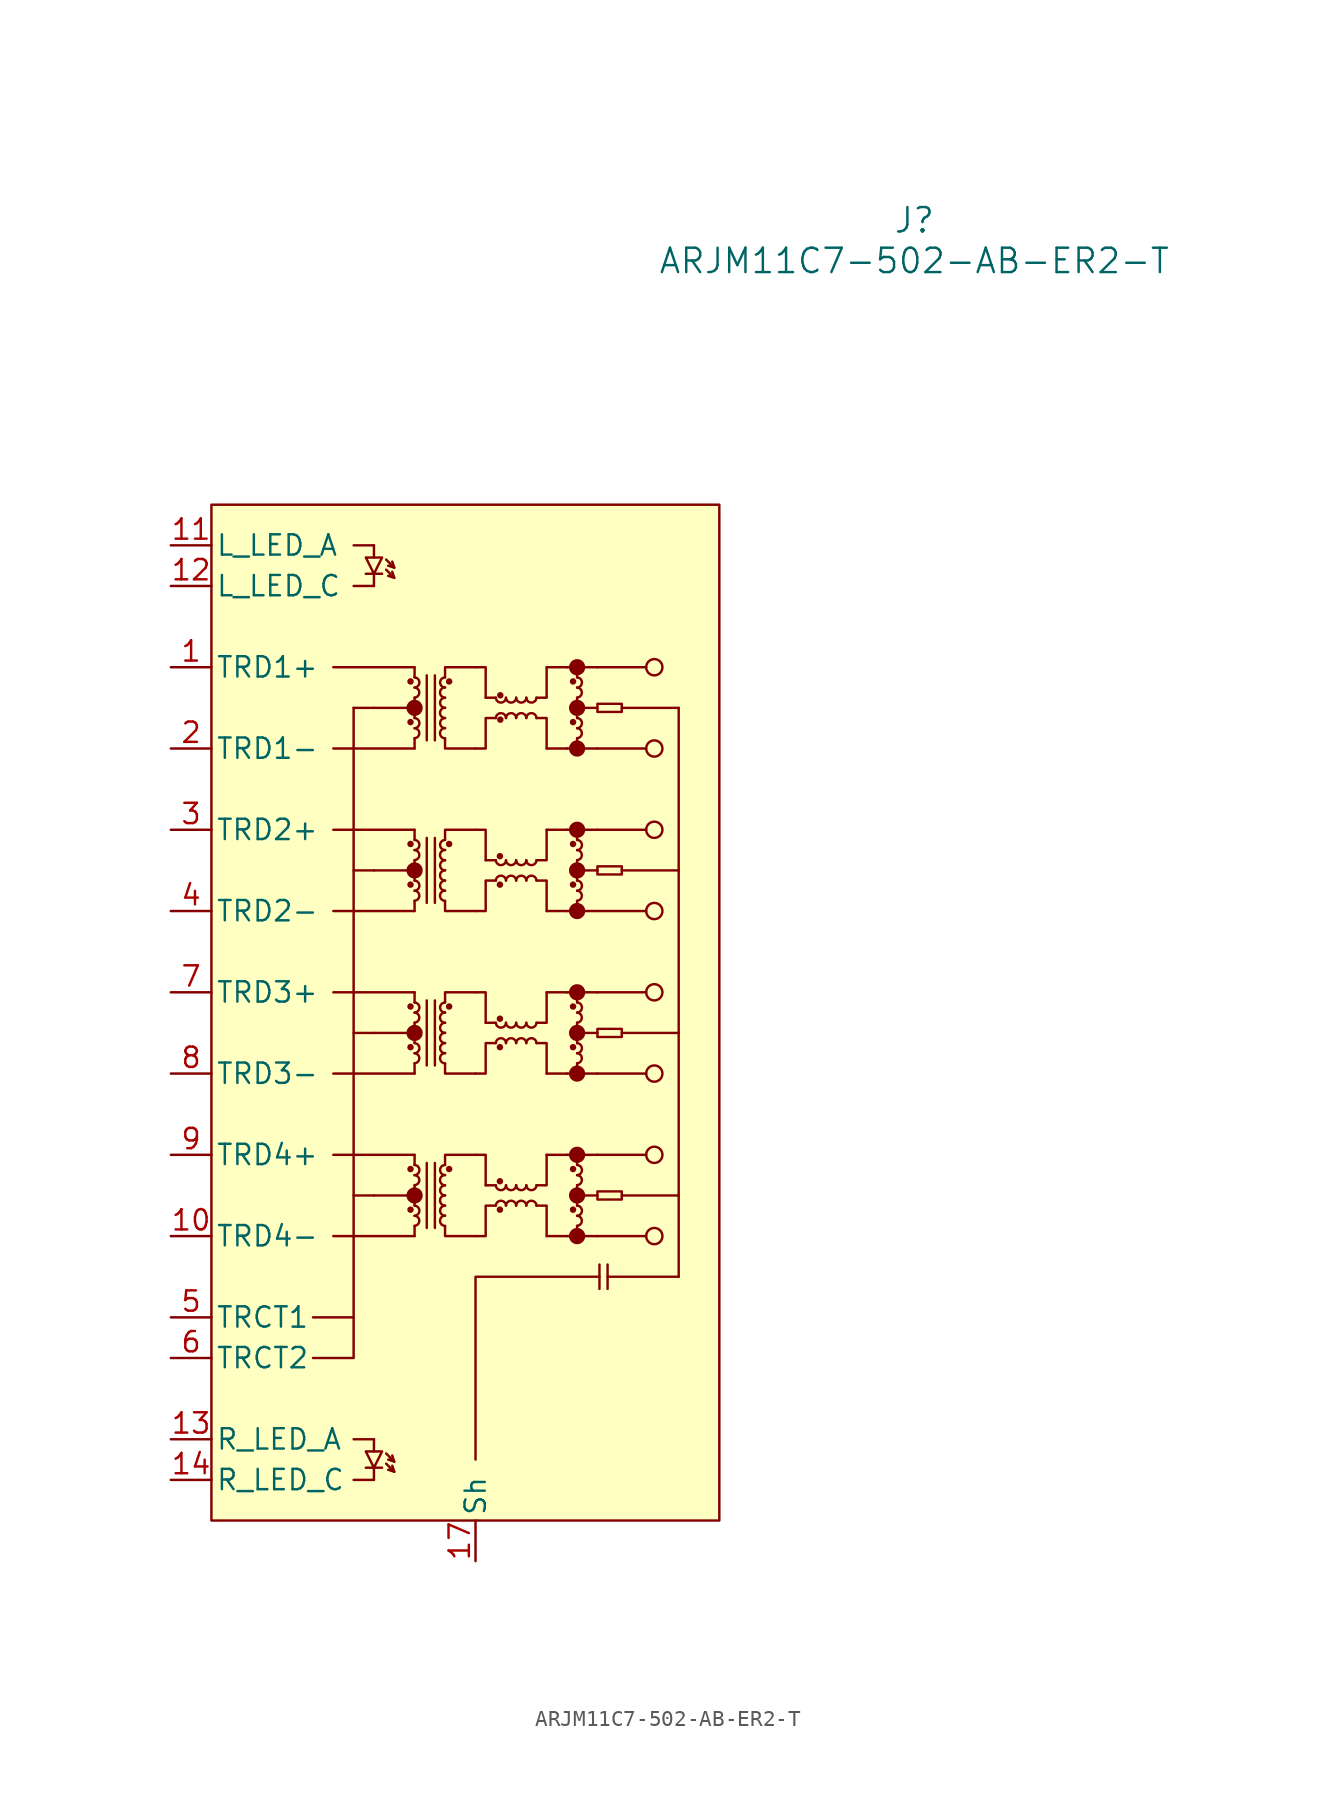
<source format=kicad_sym>
(kicad_symbol_lib
  (version 20241209)
  (generator "kicad_symbol_editor")
  (generator_version "9.0")
  (symbol "ARJM11C7-502-AB-ER2-T"
    (pin_names
      (offset 0.254))
    (property "Reference" "J"
      (at 27.432 27.94 0)
      (effects (font (size 1.524 1.524))))
    (property "Value" "ARJM11C7-502-AB-ER2-T"
      (at 27.432 25.4 0)
      (effects (font (size 1.524 1.524))))
    (property "ki_locked" ""
      (at 0 0 0)
      (effects (font (size 1.27 1.27))))
    (symbol "ARJM11C7-502-AB-ER2-T_0_0"
      (circle (center -3.81 -2.54) (radius 0.0001) (stroke (width 0.508) (type default)) (fill (type none)))
      (circle (center -3.81 -12.7) (radius 0.0001) (stroke (width 0.508) (type default)) (fill (type none)))
      (circle (center -3.81 -22.86) (radius 0.0001) (stroke (width 0.508) (type default)) (fill (type none)))
      (circle (center -3.81 -33.02) (radius 0.0001) (stroke (width 0.508) (type default)) (fill (type none)))
      (circle (center 6.35 0) (radius 0.0001) (stroke (width 0.508) (type default)) (fill (type none)))
      (circle (center 6.35 -2.54) (radius 0.0001) (stroke (width 0.508) (type default)) (fill (type none)))
      (circle (center 6.35 -5.08) (radius 0.0001) (stroke (width 0.508) (type default)) (fill (type none)))
      (circle (center 6.35 -10.16) (radius 0.0001) (stroke (width 0.508) (type default)) (fill (type none)))
      (circle (center 6.35 -12.7) (radius 0.0001) (stroke (width 0.508) (type default)) (fill (type none)))
      (circle (center 6.35 -15.24) (radius 0.0001) (stroke (width 0.508) (type default)) (fill (type none)))
      (circle (center 6.35 -20.32) (radius 0.0001) (stroke (width 0.508) (type default)) (fill (type none)))
      (circle (center 6.35 -22.86) (radius 0.0001) (stroke (width 0.508) (type default)) (fill (type none)))
      (circle (center 6.35 -25.4) (radius 0.0001) (stroke (width 0.508) (type default)) (fill (type none)))
      (circle (center 6.35 -30.48) (radius 0.0001) (stroke (width 0.508) (type default)) (fill (type none)))
      (circle (center 6.35 -33.02) (radius 0.0001) (stroke (width 0.508) (type default)) (fill (type none)))
      (circle (center 6.35 -35.56) (radius 0.0001) (stroke (width 0.508) (type default)) (fill (type none))))
    (symbol "ARJM11C7-502-AB-ER2-T_0_1"
      (polyline (pts (xy -8.89 0) (xy -3.81 0)) (stroke (width 0) (type default)) (fill (type none)))
      (polyline (pts (xy -8.89 -5.08) (xy -3.81 -5.08)) (stroke (width 0) (type default)) (fill (type none)))
      (polyline (pts (xy -8.89 -10.16) (xy -3.81 -10.16)) (stroke (width 0) (type default)) (fill (type none)))
      (polyline (pts (xy -8.89 -15.24) (xy -3.81 -15.24)) (stroke (width 0) (type default)) (fill (type none)))
      (polyline (pts (xy -8.89 -20.32) (xy -3.81 -20.32)) (stroke (width 0) (type default)) (fill (type none)))
      (polyline (pts (xy -8.89 -25.4) (xy -3.81 -25.4)) (stroke (width 0) (type default)) (fill (type none)))
      (polyline (pts (xy -8.89 -30.48) (xy -3.81 -30.48)) (stroke (width 0) (type default)) (fill (type none)))
      (polyline (pts (xy -8.89 -35.56) (xy -3.81 -35.56)) (stroke (width 0) (type default)) (fill (type none)))
      (polyline (pts (xy -7.62 -2.54) (xy -6.35 -2.54)) (stroke (width 0) (type default)) (fill (type none)))
      (polyline (pts (xy -7.62 -12.7) (xy -6.35 -12.7)) (stroke (width 0) (type default)) (fill (type none)))
      (polyline (pts (xy -7.62 -22.86) (xy -6.35 -22.86)) (stroke (width 0) (type default)) (fill (type none)))
      (polyline (pts (xy -7.62 -33.02) (xy -6.35 -33.02)) (stroke (width 0) (type default)) (fill (type none)))
      (polyline (pts (xy -6.35 -2.54) (xy -3.81 -2.54)) (stroke (width 0) (type default)) (fill (type none)))
      (polyline (pts (xy -6.35 -12.7) (xy -3.81 -12.7)) (stroke (width 0) (type default)) (fill (type none)))
      (polyline (pts (xy -6.35 -22.86) (xy -3.81 -22.86)) (stroke (width 0) (type default)) (fill (type none)))
      (polyline (pts (xy -6.35 -33.02) (xy -3.81 -33.02)) (stroke (width 0) (type default)) (fill (type none)))
      (circle (center -4.064 -0.889) (radius 0.127) (stroke (width 0) (type default)) (fill (type outline)))
      (circle (center -4.064 -3.429) (radius 0.127) (stroke (width 0) (type default)) (fill (type outline)))
      (circle (center -4.064 -11.049) (radius 0.127) (stroke (width 0) (type default)) (fill (type outline)))
      (circle (center -4.064 -13.589) (radius 0.127) (stroke (width 0) (type default)) (fill (type outline)))
      (circle (center -4.064 -21.209) (radius 0.127) (stroke (width 0) (type default)) (fill (type outline)))
      (circle (center -4.064 -23.749) (radius 0.127) (stroke (width 0) (type default)) (fill (type outline)))
      (circle (center -4.064 -31.369) (radius 0.127) (stroke (width 0) (type default)) (fill (type outline)))
      (circle (center -4.064 -33.909) (radius 0.127) (stroke (width 0) (type default)) (fill (type outline)))
      (arc (start -3.81 -0.635) (mid -3.5049 -0.9525) (end -3.81 -1.27) (stroke (width 0) (type default)) (fill (type none)))
      (arc (start -3.81 -1.27) (mid -3.5049 -1.5875) (end -3.81 -1.905) (stroke (width 0) (type default)) (fill (type none)))
      (arc (start -3.81 -3.175) (mid -3.5049 -3.4925) (end -3.81 -3.81) (stroke (width 0) (type default)) (fill (type none)))
      (arc (start -3.81 -3.81) (mid -3.5049 -4.1275) (end -3.81 -4.445) (stroke (width 0) (type default)) (fill (type none)))
      (arc (start -3.81 -10.795) (mid -3.5049 -11.1125) (end -3.81 -11.43) (stroke (width 0) (type default)) (fill (type none)))
      (arc (start -3.81 -11.43) (mid -3.5049 -11.7475) (end -3.81 -12.065) (stroke (width 0) (type default)) (fill (type none)))
      (arc (start -3.81 -13.335) (mid -3.5049 -13.6525) (end -3.81 -13.97) (stroke (width 0) (type default)) (fill (type none)))
      (arc (start -3.81 -13.97) (mid -3.5049 -14.2875) (end -3.81 -14.605) (stroke (width 0) (type default)) (fill (type none)))
      (arc (start -3.81 -20.955) (mid -3.5049 -21.2725) (end -3.81 -21.59) (stroke (width 0) (type default)) (fill (type none)))
      (arc (start -3.81 -21.59) (mid -3.5049 -21.9075) (end -3.81 -22.225) (stroke (width 0) (type default)) (fill (type none)))
      (arc (start -3.81 -23.495) (mid -3.5049 -23.8125) (end -3.81 -24.13) (stroke (width 0) (type default)) (fill (type none)))
      (arc (start -3.81 -24.13) (mid -3.5049 -24.4475) (end -3.81 -24.765) (stroke (width 0) (type default)) (fill (type none)))
      (arc (start -3.81 -31.115) (mid -3.5049 -31.4325) (end -3.81 -31.75) (stroke (width 0) (type default)) (fill (type none)))
      (arc (start -3.81 -31.75) (mid -3.5049 -32.0675) (end -3.81 -32.385) (stroke (width 0) (type default)) (fill (type none)))
      (arc (start -3.81 -33.655) (mid -3.5049 -33.9725) (end -3.81 -34.29) (stroke (width 0) (type default)) (fill (type none)))
      (arc (start -3.81 -34.29) (mid -3.5049 -34.6075) (end -3.81 -34.925) (stroke (width 0) (type default)) (fill (type none)))
      (polyline (pts (xy -3.81 0) (xy -3.81 -0.635)) (stroke (width 0) (type default)) (fill (type none)))
      (polyline (pts (xy -3.81 -2.54) (xy -3.81 -1.905)) (stroke (width 0) (type default)) (fill (type none)))
      (polyline (pts (xy -3.81 -2.54) (xy -3.81 -3.175)) (stroke (width 0) (type default)) (fill (type none)))
      (polyline (pts (xy -3.81 -5.08) (xy -3.81 -4.445)) (stroke (width 0) (type default)) (fill (type none)))
      (polyline (pts (xy -3.81 -10.16) (xy -3.81 -10.795)) (stroke (width 0) (type default)) (fill (type none)))
      (polyline (pts (xy -3.81 -12.7) (xy -3.81 -12.065)) (stroke (width 0) (type default)) (fill (type none)))
      (polyline (pts (xy -3.81 -12.7) (xy -3.81 -13.335)) (stroke (width 0) (type default)) (fill (type none)))
      (polyline (pts (xy -3.81 -15.24) (xy -3.81 -14.605)) (stroke (width 0) (type default)) (fill (type none)))
      (polyline (pts (xy -3.81 -20.32) (xy -3.81 -20.955)) (stroke (width 0) (type default)) (fill (type none)))
      (polyline (pts (xy -3.81 -22.86) (xy -3.81 -22.225)) (stroke (width 0) (type default)) (fill (type none)))
      (polyline (pts (xy -3.81 -22.86) (xy -3.81 -23.495)) (stroke (width 0) (type default)) (fill (type none)))
      (polyline (pts (xy -3.81 -25.4) (xy -3.81 -24.765)) (stroke (width 0) (type default)) (fill (type none)))
      (polyline (pts (xy -3.81 -30.48) (xy -3.81 -31.115)) (stroke (width 0) (type default)) (fill (type none)))
      (polyline (pts (xy -3.81 -33.02) (xy -3.81 -32.385)) (stroke (width 0) (type default)) (fill (type none)))
      (polyline (pts (xy -3.81 -33.02) (xy -3.81 -33.655)) (stroke (width 0) (type default)) (fill (type none)))
      (polyline (pts (xy -3.81 -35.56) (xy -3.81 -34.925)) (stroke (width 0) (type default)) (fill (type none)))
      (polyline (pts (xy -3.048 -4.572) (xy -3.048 -0.508)) (stroke (width 0) (type default)) (fill (type none)))
      (polyline (pts (xy -3.048 -14.732) (xy -3.048 -10.668)) (stroke (width 0) (type default)) (fill (type none)))
      (polyline (pts (xy -3.048 -24.892) (xy -3.048 -20.828)) (stroke (width 0) (type default)) (fill (type none)))
      (polyline (pts (xy -3.048 -35.052) (xy -3.048 -30.988)) (stroke (width 0) (type default)) (fill (type none)))
      (polyline (pts (xy -2.54 -4.572) (xy -2.54 -0.508)) (stroke (width 0) (type default)) (fill (type none)))
      (polyline (pts (xy -2.54 -14.732) (xy -2.54 -10.668)) (stroke (width 0) (type default)) (fill (type none)))
      (polyline (pts (xy -2.54 -24.892) (xy -2.54 -20.828)) (stroke (width 0) (type default)) (fill (type none)))
      (polyline (pts (xy -2.54 -35.052) (xy -2.54 -30.988)) (stroke (width 0) (type default)) (fill (type none)))
      (polyline (pts (xy -1.905 -0.635) (xy -1.905 0) (xy 0 0)) (stroke (width 0) (type default)) (fill (type none)))
      (polyline (pts (xy -1.905 -4.445) (xy -1.905 -5.08) (xy 0 -5.08)) (stroke (width 0) (type default)) (fill (type none)))
      (polyline (pts (xy -1.905 -10.795) (xy -1.905 -10.16) (xy 0 -10.16)) (stroke (width 0) (type default)) (fill (type none)))
      (polyline (pts (xy -1.905 -14.605) (xy -1.905 -15.24) (xy 0 -15.24)) (stroke (width 0) (type default)) (fill (type none)))
      (polyline (pts (xy -1.905 -20.955) (xy -1.905 -20.32) (xy 0 -20.32)) (stroke (width 0) (type default)) (fill (type none)))
      (polyline (pts (xy -1.905 -24.765) (xy -1.905 -25.4) (xy 0 -25.4)) (stroke (width 0) (type default)) (fill (type none)))
      (polyline (pts (xy -1.905 -31.115) (xy -1.905 -30.48) (xy 0 -30.48)) (stroke (width 0) (type default)) (fill (type none)))
      (polyline (pts (xy -1.905 -34.925) (xy -1.905 -35.56) (xy 0 -35.56)) (stroke (width 0) (type default)) (fill (type none)))
      (arc (start -1.905 -1.27) (mid -2.2101 -0.9525) (end -1.905 -0.635) (stroke (width 0) (type default)) (fill (type none)))
      (arc (start -1.905 -1.905) (mid -2.2101 -1.5875) (end -1.905 -1.27) (stroke (width 0) (type default)) (fill (type none)))
      (arc (start -1.905 -2.54) (mid -2.2101 -2.2225) (end -1.905 -1.905) (stroke (width 0) (type default)) (fill (type none)))
      (arc (start -1.905 -3.175) (mid -2.2101 -2.8575) (end -1.905 -2.54) (stroke (width 0) (type default)) (fill (type none)))
      (arc (start -1.905 -3.81) (mid -2.2101 -3.4925) (end -1.905 -3.175) (stroke (width 0) (type default)) (fill (type none)))
      (arc (start -1.905 -4.445) (mid -2.2101 -4.1275) (end -1.905 -3.81) (stroke (width 0) (type default)) (fill (type none)))
      (arc (start -1.905 -11.43) (mid -2.2101 -11.1125) (end -1.905 -10.795) (stroke (width 0) (type default)) (fill (type none)))
      (arc (start -1.905 -12.065) (mid -2.2101 -11.7475) (end -1.905 -11.43) (stroke (width 0) (type default)) (fill (type none)))
      (arc (start -1.905 -12.7) (mid -2.2101 -12.3825) (end -1.905 -12.065) (stroke (width 0) (type default)) (fill (type none)))
      (arc (start -1.905 -13.335) (mid -2.2101 -13.0175) (end -1.905 -12.7) (stroke (width 0) (type default)) (fill (type none)))
      (arc (start -1.905 -13.97) (mid -2.2101 -13.6525) (end -1.905 -13.335) (stroke (width 0) (type default)) (fill (type none)))
      (arc (start -1.905 -14.605) (mid -2.2101 -14.2875) (end -1.905 -13.97) (stroke (width 0) (type default)) (fill (type none)))
      (arc (start -1.905 -21.59) (mid -2.2101 -21.2725) (end -1.905 -20.955) (stroke (width 0) (type default)) (fill (type none)))
      (arc (start -1.905 -22.225) (mid -2.2101 -21.9075) (end -1.905 -21.59) (stroke (width 0) (type default)) (fill (type none)))
      (arc (start -1.905 -22.86) (mid -2.2101 -22.5425) (end -1.905 -22.225) (stroke (width 0) (type default)) (fill (type none)))
      (arc (start -1.905 -23.495) (mid -2.2101 -23.1775) (end -1.905 -22.86) (stroke (width 0) (type default)) (fill (type none)))
      (arc (start -1.905 -24.13) (mid -2.2101 -23.8125) (end -1.905 -23.495) (stroke (width 0) (type default)) (fill (type none)))
      (arc (start -1.905 -24.765) (mid -2.2101 -24.4475) (end -1.905 -24.13) (stroke (width 0) (type default)) (fill (type none)))
      (arc (start -1.905 -31.75) (mid -2.2101 -31.4325) (end -1.905 -31.115) (stroke (width 0) (type default)) (fill (type none)))
      (arc (start -1.905 -32.385) (mid -2.2101 -32.0675) (end -1.905 -31.75) (stroke (width 0) (type default)) (fill (type none)))
      (arc (start -1.905 -33.02) (mid -2.2101 -32.7025) (end -1.905 -32.385) (stroke (width 0) (type default)) (fill (type none)))
      (arc (start -1.905 -33.655) (mid -2.2101 -33.3375) (end -1.905 -33.02) (stroke (width 0) (type default)) (fill (type none)))
      (arc (start -1.905 -34.29) (mid -2.2101 -33.9725) (end -1.905 -33.655) (stroke (width 0) (type default)) (fill (type none)))
      (arc (start -1.905 -34.925) (mid -2.2101 -34.6075) (end -1.905 -34.29) (stroke (width 0) (type default)) (fill (type none)))
      (circle (center -1.651 -0.889) (radius 0.127) (stroke (width 0) (type default)) (fill (type outline)))
      (circle (center -1.651 -11.049) (radius 0.127) (stroke (width 0) (type default)) (fill (type outline)))
      (circle (center -1.651 -21.209) (radius 0.127) (stroke (width 0) (type default)) (fill (type outline)))
      (circle (center -1.651 -31.369) (radius 0.127) (stroke (width 0) (type default)) (fill (type outline)))
      (polyline (pts (xy 0 0) (xy 0.635 0) (xy 0.635 -1.905)) (stroke (width 0) (type default)) (fill (type none)))
      (polyline (pts (xy 0 -5.08) (xy 0.635 -5.08) (xy 0.635 -3.175) (xy 1.27 -3.175)) (stroke (width 0) (type default)) (fill (type none)))
      (polyline (pts (xy 0 -10.16) (xy 0.635 -10.16) (xy 0.635 -12.065)) (stroke (width 0) (type default)) (fill (type none)))
      (polyline (pts (xy 0 -15.24) (xy 0.635 -15.24) (xy 0.635 -13.335) (xy 1.27 -13.335)) (stroke (width 0) (type default)) (fill (type none)))
      (polyline (pts (xy 0 -20.32) (xy 0.635 -20.32) (xy 0.635 -22.225)) (stroke (width 0) (type default)) (fill (type none)))
      (polyline (pts (xy 0 -25.4) (xy 0.635 -25.4) (xy 0.635 -23.495) (xy 1.27 -23.495)) (stroke (width 0) (type default)) (fill (type none)))
      (polyline (pts (xy 0 -30.48) (xy 0.635 -30.48) (xy 0.635 -32.385)) (stroke (width 0) (type default)) (fill (type none)))
      (polyline (pts (xy 0 -35.56) (xy 0.635 -35.56) (xy 0.635 -33.655) (xy 1.27 -33.655)) (stroke (width 0) (type default)) (fill (type none)))
      (polyline (pts (xy 0.635 -1.905) (xy 1.27 -1.905)) (stroke (width 0) (type default)) (fill (type none)))
      (polyline (pts (xy 0.635 -12.065) (xy 1.27 -12.065)) (stroke (width 0) (type default)) (fill (type none)))
      (polyline (pts (xy 0.635 -22.225) (xy 1.27 -22.225)) (stroke (width 0) (type default)) (fill (type none)))
      (polyline (pts (xy 0.635 -32.385) (xy 1.27 -32.385)) (stroke (width 0) (type default)) (fill (type none)))
      (circle (center 1.524 -11.811) (radius 0.127) (stroke (width 0) (type default)) (fill (type outline)))
      (circle (center 1.524 -13.589) (radius 0.127) (stroke (width 0) (type default)) (fill (type outline)))
      (circle (center 1.524 -21.971) (radius 0.127) (stroke (width 0) (type default)) (fill (type outline)))
      (circle (center 1.524 -23.749) (radius 0.127) (stroke (width 0) (type default)) (fill (type outline)))
      (circle (center 1.524 -32.131) (radius 0.127) (stroke (width 0) (type default)) (fill (type outline)))
      (circle (center 1.524 -33.909) (radius 0.127) (stroke (width 0) (type default)) (fill (type outline)))
      (circle (center 1.549 -1.753) (radius 0.127) (stroke (width 0) (type default)) (fill (type outline)))
      (circle (center 1.549 -3.277) (radius 0.127) (stroke (width 0) (type default)) (fill (type outline)))
      (arc (start 1.905 -1.905) (mid 1.5875 -2.2101) (end 1.27 -1.905) (stroke (width 0) (type default)) (fill (type none)))
      (arc (start 1.27 -3.175) (mid 1.5875 -2.8699) (end 1.905 -3.175) (stroke (width 0) (type default)) (fill (type none)))
      (arc (start 1.905 -12.065) (mid 1.5875 -12.3701) (end 1.27 -12.065) (stroke (width 0) (type default)) (fill (type none)))
      (arc (start 1.27 -13.335) (mid 1.5875 -13.0299) (end 1.905 -13.335) (stroke (width 0) (type default)) (fill (type none)))
      (arc (start 1.905 -22.225) (mid 1.5875 -22.5301) (end 1.27 -22.225) (stroke (width 0) (type default)) (fill (type none)))
      (arc (start 1.27 -23.495) (mid 1.5875 -23.1899) (end 1.905 -23.495) (stroke (width 0) (type default)) (fill (type none)))
      (arc (start 1.905 -32.385) (mid 1.5875 -32.6901) (end 1.27 -32.385) (stroke (width 0) (type default)) (fill (type none)))
      (arc (start 1.27 -33.655) (mid 1.5875 -33.3499) (end 1.905 -33.655) (stroke (width 0) (type default)) (fill (type none)))
      (arc (start 2.54 -1.905) (mid 2.2225 -2.2101) (end 1.905 -1.905) (stroke (width 0) (type default)) (fill (type none)))
      (arc (start 1.905 -3.175) (mid 2.2225 -2.8699) (end 2.54 -3.175) (stroke (width 0) (type default)) (fill (type none)))
      (arc (start 2.54 -12.065) (mid 2.2225 -12.3701) (end 1.905 -12.065) (stroke (width 0) (type default)) (fill (type none)))
      (arc (start 1.905 -13.335) (mid 2.2225 -13.0299) (end 2.54 -13.335) (stroke (width 0) (type default)) (fill (type none)))
      (arc (start 2.54 -22.225) (mid 2.2225 -22.5301) (end 1.905 -22.225) (stroke (width 0) (type default)) (fill (type none)))
      (arc (start 1.905 -23.495) (mid 2.2225 -23.1899) (end 2.54 -23.495) (stroke (width 0) (type default)) (fill (type none)))
      (arc (start 2.54 -32.385) (mid 2.2225 -32.6901) (end 1.905 -32.385) (stroke (width 0) (type default)) (fill (type none)))
      (arc (start 1.905 -33.655) (mid 2.2225 -33.3499) (end 2.54 -33.655) (stroke (width 0) (type default)) (fill (type none)))
      (arc (start 3.175 -1.905) (mid 2.8575 -2.2101) (end 2.54 -1.905) (stroke (width 0) (type default)) (fill (type none)))
      (arc (start 2.54 -3.175) (mid 2.8575 -2.8699) (end 3.175 -3.175) (stroke (width 0) (type default)) (fill (type none)))
      (arc (start 3.175 -12.065) (mid 2.8575 -12.3701) (end 2.54 -12.065) (stroke (width 0) (type default)) (fill (type none)))
      (arc (start 2.54 -13.335) (mid 2.8575 -13.0299) (end 3.175 -13.335) (stroke (width 0) (type default)) (fill (type none)))
      (arc (start 3.175 -22.225) (mid 2.8575 -22.5301) (end 2.54 -22.225) (stroke (width 0) (type default)) (fill (type none)))
      (arc (start 2.54 -23.495) (mid 2.8575 -23.1899) (end 3.175 -23.495) (stroke (width 0) (type default)) (fill (type none)))
      (arc (start 3.175 -32.385) (mid 2.8575 -32.6901) (end 2.54 -32.385) (stroke (width 0) (type default)) (fill (type none)))
      (arc (start 2.54 -33.655) (mid 2.8575 -33.3499) (end 3.175 -33.655) (stroke (width 0) (type default)) (fill (type none)))
      (arc (start 3.81 -1.905) (mid 3.4925 -2.2101) (end 3.175 -1.905) (stroke (width 0) (type default)) (fill (type none)))
      (arc (start 3.175 -3.175) (mid 3.4925 -2.8699) (end 3.81 -3.175) (stroke (width 0) (type default)) (fill (type none)))
      (arc (start 3.81 -12.065) (mid 3.4925 -12.3701) (end 3.175 -12.065) (stroke (width 0) (type default)) (fill (type none)))
      (arc (start 3.175 -13.335) (mid 3.4925 -13.0299) (end 3.81 -13.335) (stroke (width 0) (type default)) (fill (type none)))
      (arc (start 3.81 -22.225) (mid 3.4925 -22.5301) (end 3.175 -22.225) (stroke (width 0) (type default)) (fill (type none)))
      (arc (start 3.175 -23.495) (mid 3.4925 -23.1899) (end 3.81 -23.495) (stroke (width 0) (type default)) (fill (type none)))
      (arc (start 3.81 -32.385) (mid 3.4925 -32.6901) (end 3.175 -32.385) (stroke (width 0) (type default)) (fill (type none)))
      (arc (start 3.175 -33.655) (mid 3.4925 -33.3499) (end 3.81 -33.655) (stroke (width 0) (type default)) (fill (type none)))
      (polyline (pts (xy 3.81 -1.905) (xy 4.445 -1.905) (xy 4.445 0)) (stroke (width 0) (type default)) (fill (type none)))
      (polyline (pts (xy 3.81 -3.175) (xy 4.445 -3.175) (xy 4.445 -5.08)) (stroke (width 0) (type default)) (fill (type none)))
      (polyline (pts (xy 3.81 -12.065) (xy 4.445 -12.065) (xy 4.445 -10.16)) (stroke (width 0) (type default)) (fill (type none)))
      (polyline (pts (xy 3.81 -13.335) (xy 4.445 -13.335) (xy 4.445 -15.24)) (stroke (width 0) (type default)) (fill (type none)))
      (polyline (pts (xy 3.81 -22.225) (xy 4.445 -22.225) (xy 4.445 -20.32)) (stroke (width 0) (type default)) (fill (type none)))
      (polyline (pts (xy 3.81 -23.495) (xy 4.445 -23.495) (xy 4.445 -25.4)) (stroke (width 0) (type default)) (fill (type none)))
      (polyline (pts (xy 3.81 -32.385) (xy 4.445 -32.385) (xy 4.445 -30.48)) (stroke (width 0) (type default)) (fill (type none)))
      (polyline (pts (xy 3.81 -33.655) (xy 4.445 -33.655) (xy 4.445 -35.56)) (stroke (width 0) (type default)) (fill (type none)))
      (polyline (pts (xy 4.445 0) (xy 5.715 0)) (stroke (width 0) (type default)) (fill (type none)))
      (polyline (pts (xy 4.445 -5.08) (xy 5.715 -5.08)) (stroke (width 0) (type default)) (fill (type none)))
      (polyline (pts (xy 4.445 -10.16) (xy 5.715 -10.16)) (stroke (width 0) (type default)) (fill (type none)))
      (polyline (pts (xy 4.445 -15.24) (xy 5.715 -15.24)) (stroke (width 0) (type default)) (fill (type none)))
      (polyline (pts (xy 4.445 -20.32) (xy 5.715 -20.32)) (stroke (width 0) (type default)) (fill (type none)))
      (polyline (pts (xy 4.445 -25.4) (xy 5.715 -25.4)) (stroke (width 0) (type default)) (fill (type none)))
      (polyline (pts (xy 4.445 -30.48) (xy 5.715 -30.48)) (stroke (width 0) (type default)) (fill (type none)))
      (polyline (pts (xy 4.445 -35.56) (xy 5.715 -35.56)) (stroke (width 0) (type default)) (fill (type none)))
      (polyline (pts (xy 5.715 0) (xy 6.35 0) (xy 6.35 -0.635)) (stroke (width 0) (type default)) (fill (type none)))
      (polyline (pts (xy 5.715 -5.08) (xy 6.35 -5.08) (xy 6.35 -4.445)) (stroke (width 0) (type default)) (fill (type none)))
      (polyline (pts (xy 5.715 -10.16) (xy 6.35 -10.16) (xy 6.35 -10.795)) (stroke (width 0) (type default)) (fill (type none)))
      (polyline (pts (xy 5.715 -15.24) (xy 6.35 -15.24) (xy 6.35 -14.605)) (stroke (width 0) (type default)) (fill (type none)))
      (polyline (pts (xy 5.715 -20.32) (xy 6.35 -20.32) (xy 6.35 -20.955)) (stroke (width 0) (type default)) (fill (type none)))
      (polyline (pts (xy 5.715 -25.4) (xy 6.35 -25.4) (xy 6.35 -24.765)) (stroke (width 0) (type default)) (fill (type none)))
      (polyline (pts (xy 5.715 -30.48) (xy 6.35 -30.48) (xy 6.35 -31.115)) (stroke (width 0) (type default)) (fill (type none)))
      (polyline (pts (xy 5.715 -35.56) (xy 6.35 -35.56) (xy 6.35 -34.925)) (stroke (width 0) (type default)) (fill (type none)))
      (circle (center 6.096 -0.889) (radius 0.127) (stroke (width 0) (type default)) (fill (type outline)))
      (circle (center 6.096 -3.429) (radius 0.127) (stroke (width 0) (type default)) (fill (type outline)))
      (circle (center 6.096 -11.049) (radius 0.127) (stroke (width 0) (type default)) (fill (type outline)))
      (circle (center 6.096 -13.589) (radius 0.127) (stroke (width 0) (type default)) (fill (type outline)))
      (circle (center 6.096 -21.209) (radius 0.127) (stroke (width 0) (type default)) (fill (type outline)))
      (circle (center 6.096 -23.749) (radius 0.127) (stroke (width 0) (type default)) (fill (type outline)))
      (circle (center 6.096 -31.369) (radius 0.127) (stroke (width 0) (type default)) (fill (type outline)))
      (circle (center 6.096 -33.909) (radius 0.127) (stroke (width 0) (type default)) (fill (type outline)))
      (arc (start 6.35 -0.635) (mid 6.6553 -0.953) (end 6.35 -1.27) (stroke (width 0) (type default)) (fill (type none)))
      (arc (start 6.35 -1.27) (mid 6.6553 -1.588) (end 6.35 -1.905) (stroke (width 0) (type default)) (fill (type none)))
      (arc (start 6.35 -3.175) (mid 6.6553 -3.493) (end 6.35 -3.81) (stroke (width 0) (type default)) (fill (type none)))
      (arc (start 6.35 -3.81) (mid 6.6553 -4.128) (end 6.35 -4.445) (stroke (width 0) (type default)) (fill (type none)))
      (arc (start 6.35 -10.795) (mid 6.6553 -11.113) (end 6.35 -11.43) (stroke (width 0) (type default)) (fill (type none)))
      (arc (start 6.35 -11.43) (mid 6.6553 -11.748) (end 6.35 -12.065) (stroke (width 0) (type default)) (fill (type none)))
      (arc (start 6.35 -13.335) (mid 6.6553 -13.653) (end 6.35 -13.97) (stroke (width 0) (type default)) (fill (type none)))
      (arc (start 6.35 -13.97) (mid 6.6553 -14.288) (end 6.35 -14.605) (stroke (width 0) (type default)) (fill (type none)))
      (arc (start 6.35 -20.955) (mid 6.6553 -21.273) (end 6.35 -21.59) (stroke (width 0) (type default)) (fill (type none)))
      (arc (start 6.35 -21.59) (mid 6.6553 -21.908) (end 6.35 -22.225) (stroke (width 0) (type default)) (fill (type none)))
      (arc (start 6.35 -23.495) (mid 6.6553 -23.813) (end 6.35 -24.13) (stroke (width 0) (type default)) (fill (type none)))
      (arc (start 6.35 -24.13) (mid 6.6553 -24.448) (end 6.35 -24.765) (stroke (width 0) (type default)) (fill (type none)))
      (arc (start 6.35 -31.115) (mid 6.6553 -31.433) (end 6.35 -31.75) (stroke (width 0) (type default)) (fill (type none)))
      (arc (start 6.35 -31.75) (mid 6.6553 -32.068) (end 6.35 -32.385) (stroke (width 0) (type default)) (fill (type none)))
      (arc (start 6.35 -33.655) (mid 6.6553 -33.973) (end 6.35 -34.29) (stroke (width 0) (type default)) (fill (type none)))
      (arc (start 6.35 -34.29) (mid 6.6553 -34.608) (end 6.35 -34.925) (stroke (width 0) (type default)) (fill (type none)))
      (polyline (pts (xy 6.35 -2.54) (xy 6.35 -1.905)) (stroke (width 0) (type default)) (fill (type none)))
      (polyline (pts (xy 6.35 -2.54) (xy 6.35 -3.175)) (stroke (width 0) (type default)) (fill (type none)))
      (polyline (pts (xy 6.35 -12.7) (xy 6.35 -12.065)) (stroke (width 0) (type default)) (fill (type none)))
      (polyline (pts (xy 6.35 -12.7) (xy 6.35 -13.335)) (stroke (width 0) (type default)) (fill (type none)))
      (polyline (pts (xy 6.35 -22.86) (xy 6.35 -22.225)) (stroke (width 0) (type default)) (fill (type none)))
      (polyline (pts (xy 6.35 -22.86) (xy 6.35 -23.495)) (stroke (width 0) (type default)) (fill (type none)))
      (polyline (pts (xy 6.35 -33.02) (xy 6.35 -32.385)) (stroke (width 0) (type default)) (fill (type none)))
      (polyline (pts (xy 6.35 -33.02) (xy 6.35 -33.655)) (stroke (width 0) (type default)) (fill (type none)))
      (polyline (pts (xy 7.62 0) (xy 6.35 0)) (stroke (width 0) (type default)) (fill (type none)))
      (polyline (pts (xy 7.62 0) (xy 10.668 0)) (stroke (width 0) (type default)) (fill (type none)))
      (rectangle (start 7.62 -2.286) (end 9.144 -2.794) (stroke (width 0) (type default)) (fill (type none)))
      (polyline (pts (xy 7.62 -2.54) (xy 6.35 -2.54)) (stroke (width 0) (type default)) (fill (type none)))
      (polyline (pts (xy 7.62 -5.08) (xy 6.35 -5.08)) (stroke (width 0) (type default)) (fill (type none)))
      (polyline (pts (xy 7.62 -5.08) (xy 10.668 -5.08)) (stroke (width 0) (type default)) (fill (type none)))
      (polyline (pts (xy 7.62 -10.16) (xy 6.35 -10.16)) (stroke (width 0) (type default)) (fill (type none)))
      (polyline (pts (xy 7.62 -10.16) (xy 10.668 -10.16)) (stroke (width 0) (type default)) (fill (type none)))
      (rectangle (start 7.62 -12.446) (end 9.144 -12.954) (stroke (width 0) (type default)) (fill (type none)))
      (polyline (pts (xy 7.62 -12.7) (xy 6.35 -12.7)) (stroke (width 0) (type default)) (fill (type none)))
      (polyline (pts (xy 7.62 -15.24) (xy 6.35 -15.24)) (stroke (width 0) (type default)) (fill (type none)))
      (polyline (pts (xy 7.62 -15.24) (xy 10.668 -15.24)) (stroke (width 0) (type default)) (fill (type none)))
      (polyline (pts (xy 7.62 -20.32) (xy 6.35 -20.32)) (stroke (width 0) (type default)) (fill (type none)))
      (polyline (pts (xy 7.62 -20.32) (xy 10.668 -20.32)) (stroke (width 0) (type default)) (fill (type none)))
      (rectangle (start 7.62 -22.606) (end 9.144 -23.114) (stroke (width 0) (type default)) (fill (type none)))
      (polyline (pts (xy 7.62 -22.86) (xy 6.35 -22.86)) (stroke (width 0) (type default)) (fill (type none)))
      (polyline (pts (xy 7.62 -25.4) (xy 6.35 -25.4)) (stroke (width 0) (type default)) (fill (type none)))
      (polyline (pts (xy 7.62 -25.4) (xy 10.668 -25.4)) (stroke (width 0) (type default)) (fill (type none)))
      (polyline (pts (xy 7.62 -30.48) (xy 6.35 -30.48)) (stroke (width 0) (type default)) (fill (type none)))
      (polyline (pts (xy 7.62 -30.48) (xy 10.668 -30.48)) (stroke (width 0) (type default)) (fill (type none)))
      (rectangle (start 7.62 -32.766) (end 9.144 -33.274) (stroke (width 0) (type default)) (fill (type none)))
      (polyline (pts (xy 7.62 -33.02) (xy 6.35 -33.02)) (stroke (width 0) (type default)) (fill (type none)))
      (polyline (pts (xy 7.62 -35.56) (xy 6.35 -35.56)) (stroke (width 0) (type default)) (fill (type none)))
      (polyline (pts (xy 7.62 -35.56) (xy 10.668 -35.56)) (stroke (width 0) (type default)) (fill (type none)))
      (polyline (pts (xy 7.747 -37.338) (xy 7.747 -38.862)) (stroke (width 0.152) (type default)) (fill (type none)))
      (polyline (pts (xy 7.747 -38.1) (xy 0 -38.1) (xy 0 -49.53)) (stroke (width 0) (type default)) (fill (type none)))
      (polyline (pts (xy 8.255 -37.338) (xy 8.255 -38.862)) (stroke (width 0.152) (type default)) (fill (type none)))
      (polyline (pts (xy 8.255 -38.1) (xy 12.7 -38.1)) (stroke (width 0) (type default)) (fill (type none)))
      (polyline (pts (xy 9.144 -12.7) (xy 12.7 -12.7)) (stroke (width 0) (type default)) (fill (type none)))
      (polyline (pts (xy 9.144 -22.86) (xy 12.7 -22.86)) (stroke (width 0) (type default)) (fill (type none)))
      (polyline (pts (xy 9.144 -33.02) (xy 12.7 -33.02)) (stroke (width 0) (type default)) (fill (type none)))
      (circle (center 11.176 0) (radius 0.508) (stroke (width 0) (type default)) (fill (type none)))
      (circle (center 11.176 -5.08) (radius 0.508) (stroke (width 0) (type default)) (fill (type none)))
      (circle (center 11.176 -10.16) (radius 0.508) (stroke (width 0) (type default)) (fill (type none)))
      (circle (center 11.176 -15.24) (radius 0.508) (stroke (width 0) (type default)) (fill (type none)))
      (circle (center 11.176 -20.32) (radius 0.508) (stroke (width 0) (type default)) (fill (type none)))
      (circle (center 11.176 -25.4) (radius 0.508) (stroke (width 0) (type default)) (fill (type none)))
      (circle (center 11.176 -30.48) (radius 0.508) (stroke (width 0) (type default)) (fill (type none)))
      (circle (center 11.176 -35.56) (radius 0.508) (stroke (width 0) (type default)) (fill (type none)))
      (polyline (pts (xy 12.7 -2.54) (xy 9.144 -2.54)) (stroke (width 0) (type default)) (fill (type none)))
      (polyline (pts (xy 12.7 -38.1) (xy 12.7 -2.54)) (stroke (width 0) (type default)) (fill (type none))))
    (symbol "ARJM11C7-502-AB-ER2-T_1_1"
      (rectangle (start -16.51 10.16) (end 15.24 -53.34) (stroke (width 0) (type solid)) (fill (type background)))
      (polyline (pts (xy -10.16 -40.64) (xy -7.62 -40.64)) (stroke (width 0) (type default)) (fill (type none)))
      (polyline (pts (xy -7.62 7.62) (xy -6.35 7.62)) (stroke (width 0) (type default)) (fill (type none)))
      (polyline (pts (xy -7.62 5.08) (xy -6.35 5.08)) (stroke (width 0) (type default)) (fill (type none)))
      (polyline (pts (xy -7.62 -2.54) (xy -7.62 -43.18) (xy -10.16 -43.18)) (stroke (width 0) (type default)) (fill (type none)))
      (polyline (pts (xy -7.62 -48.26) (xy -6.35 -48.26)) (stroke (width 0) (type default)) (fill (type none)))
      (polyline (pts (xy -7.62 -50.8) (xy -6.35 -50.8)) (stroke (width 0) (type default)) (fill (type none)))
      (polyline (pts (xy -6.858 5.842) (xy -5.842 5.842)) (stroke (width 0) (type default)) (fill (type none)))
      (polyline (pts (xy -6.858 -50.038) (xy -5.842 -50.038)) (stroke (width 0) (type default)) (fill (type none)))
      (polyline (pts (xy -6.35 7.62) (xy -6.35 6.858)) (stroke (width 0) (type default)) (fill (type none)))
      (polyline (pts (xy -6.35 5.842) (xy -6.858 6.858) (xy -5.842 6.858) (xy -6.35 5.842)) (stroke (width 0) (type default)) (fill (type none)))
      (polyline (pts (xy -6.35 5.08) (xy -6.35 5.842)) (stroke (width 0) (type default)) (fill (type none)))
      (polyline (pts (xy -6.35 -48.26) (xy -6.35 -49.022)) (stroke (width 0) (type default)) (fill (type none)))
      (polyline (pts (xy -6.35 -50.038) (xy -6.858 -49.022) (xy -5.842 -49.022) (xy -6.35 -50.038)) (stroke (width 0) (type default)) (fill (type none)))
      (polyline (pts (xy -6.35 -50.8) (xy -6.35 -50.038)) (stroke (width 0) (type default)) (fill (type none)))
      (polyline (pts (xy -5.588 6.731) (xy -5.08 6.223) (xy -5.461 6.35)) (stroke (width 0) (type default)) (fill (type none)))
      (polyline (pts (xy -5.588 6.096) (xy -5.08 5.588) (xy -5.461 5.715)) (stroke (width 0) (type default)) (fill (type none)))
      (polyline (pts (xy -5.588 -49.149) (xy -5.08 -49.657) (xy -5.461 -49.53)) (stroke (width 0) (type default)) (fill (type none)))
      (polyline (pts (xy -5.588 -49.784) (xy -5.08 -50.292) (xy -5.461 -50.165)) (stroke (width 0) (type default)) (fill (type none)))
      (polyline (pts (xy -5.08 6.223) (xy -5.207 6.604)) (stroke (width 0) (type default)) (fill (type none)))
      (polyline (pts (xy -5.08 5.588) (xy -5.207 5.969)) (stroke (width 0) (type default)) (fill (type none)))
      (polyline (pts (xy -5.08 -49.657) (xy -5.207 -49.276)) (stroke (width 0) (type default)) (fill (type none)))
      (polyline (pts (xy -5.08 -50.292) (xy -5.207 -49.911)) (stroke (width 0) (type default)) (fill (type none)))
      (pin bidirectional line (at -19.05 7.62 0) (length 2.54) (name "L_LED_A" (effects (font (size 1.27 1.27)))) (number "11" (effects (font (size 1.27 1.27)))))
      (pin bidirectional line (at -19.05 5.08 0) (length 2.54) (name "L_LED_C" (effects (font (size 1.27 1.27)))) (number "12" (effects (font (size 1.27 1.27)))))
      (pin bidirectional line (at -19.05 0 0) (length 2.54) (name "TRD1+" (effects (font (size 1.27 1.27)))) (number "1" (effects (font (size 1.27 1.27)))))
      (pin bidirectional line (at -19.05 -5.08 0) (length 2.54) (name "TRD1-" (effects (font (size 1.27 1.27)))) (number "2" (effects (font (size 1.27 1.27)))))
      (pin bidirectional line (at -19.05 -10.16 0) (length 2.54) (name "TRD2+" (effects (font (size 1.27 1.27)))) (number "3" (effects (font (size 1.27 1.27)))))
      (pin bidirectional line (at -19.05 -15.24 0) (length 2.54) (name "TRD2-" (effects (font (size 1.27 1.27)))) (number "4" (effects (font (size 1.27 1.27)))))
      (pin bidirectional line (at -19.05 -20.32 0) (length 2.54) (name "TRD3+" (effects (font (size 1.27 1.27)))) (number "7" (effects (font (size 1.27 1.27)))))
      (pin bidirectional line (at -19.05 -25.4 0) (length 2.54) (name "TRD3-" (effects (font (size 1.27 1.27)))) (number "8" (effects (font (size 1.27 1.27)))))
      (pin bidirectional line (at -19.05 -30.48 0) (length 2.54) (name "TRD4+" (effects (font (size 1.27 1.27)))) (number "9" (effects (font (size 1.27 1.27)))))
      (pin bidirectional line (at -19.05 -35.56 0) (length 2.54) (name "TRD4-" (effects (font (size 1.27 1.27)))) (number "10" (effects (font (size 1.27 1.27)))))
      (pin bidirectional line (at -19.05 -40.64 0) (length 2.54) (name "TRCT1" (effects (font (size 1.27 1.27)))) (number "5" (effects (font (size 1.27 1.27)))))
      (pin bidirectional line (at -19.05 -43.18 0) (length 2.54) (name "TRCT2" (effects (font (size 1.27 1.27)))) (number "6" (effects (font (size 1.27 1.27)))))
      (pin bidirectional line (at -19.05 -48.26 0) (length 2.54) (name "R_LED_A" (effects (font (size 1.27 1.27)))) (number "13" (effects (font (size 1.27 1.27)))))
      (pin bidirectional line (at -19.05 -50.8 0) (length 2.54) (name "R_LED_C" (effects (font (size 1.27 1.27)))) (number "14" (effects (font (size 1.27 1.27)))))
      (pin passive line (at 0 -55.88 90) (length 2.54) (name "Sh" (effects (font (size 1.27 1.27)))) (number "17" (effects (font (size 1.27 1.27)))))
      (pin passive line (at 0 -55.88 90) (length 2.54) (hide yes) (name "Sh" (effects (font (size 1.27 1.27)))) (number "18" (effects (font (size 1.27 1.27))))))))
</source>
